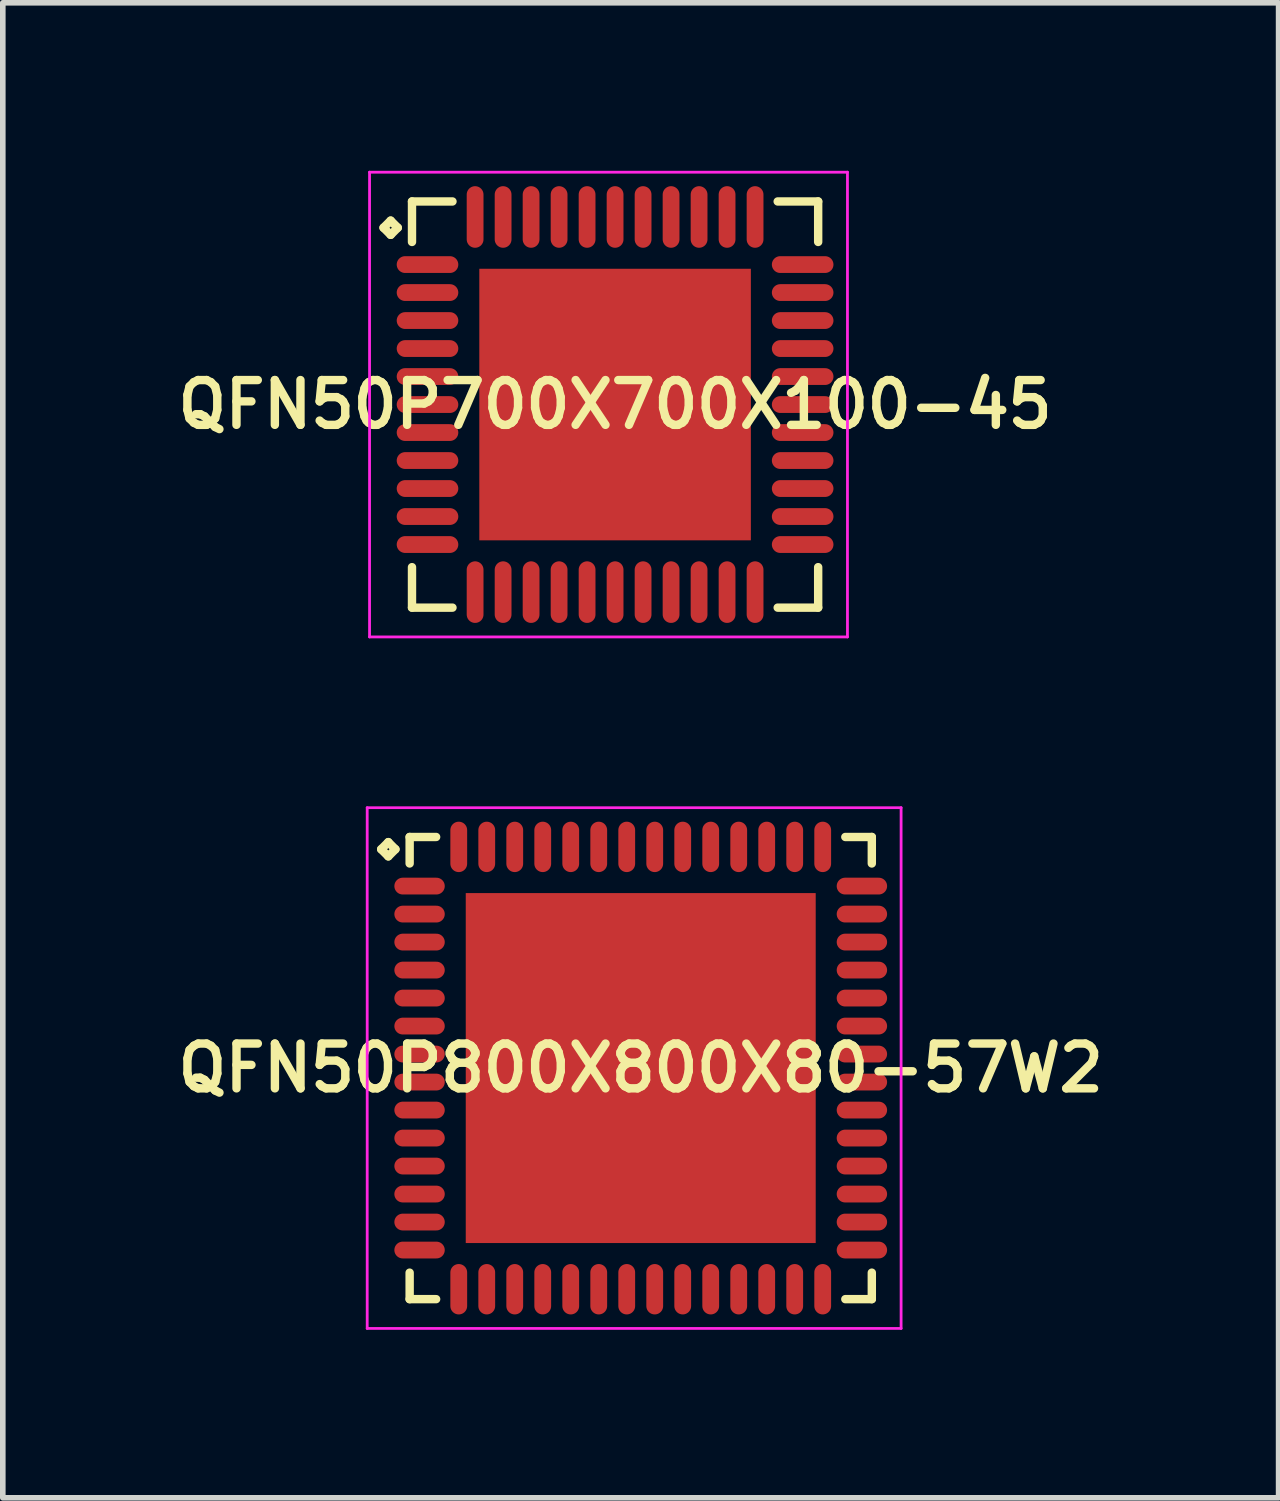
<source format=kicad_pcb>
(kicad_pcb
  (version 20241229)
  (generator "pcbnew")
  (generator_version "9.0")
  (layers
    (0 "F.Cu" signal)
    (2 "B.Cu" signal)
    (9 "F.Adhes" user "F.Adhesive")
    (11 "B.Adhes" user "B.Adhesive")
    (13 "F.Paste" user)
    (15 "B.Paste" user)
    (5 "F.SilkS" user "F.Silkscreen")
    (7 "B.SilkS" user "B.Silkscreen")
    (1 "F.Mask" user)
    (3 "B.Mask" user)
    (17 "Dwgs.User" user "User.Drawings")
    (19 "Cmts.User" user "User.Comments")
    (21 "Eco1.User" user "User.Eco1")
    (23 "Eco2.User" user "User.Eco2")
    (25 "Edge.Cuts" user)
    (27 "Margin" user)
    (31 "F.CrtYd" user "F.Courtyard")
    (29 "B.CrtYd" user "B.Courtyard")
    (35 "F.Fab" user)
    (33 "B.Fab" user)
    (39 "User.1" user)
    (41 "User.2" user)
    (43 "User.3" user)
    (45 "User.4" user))
  (footprint "QFN50P800X800X80-57W2"
    (layer "F.Cu")
    (at 8.393 16.025)
    (property "Reference" "QFN50P800X800X80-57W2" (at 0 0 0) (layer "F.SilkS") (effects (font (size 0.8 0.8) (thickness 0.15))))
    (attr smd)
    (fp_line (start -4.635 -3.908) (end -4.508 -4.035) (stroke (width 0.15) (type solid)) (layer "F.SilkS"))
    (fp_line (start -4.508 -4.035) (end -4.381 -3.908) (stroke (width 0.15) (type solid)) (layer "F.SilkS"))
    (fp_line (start -4.508 -3.781) (end -4.635 -3.908) (stroke (width 0.15) (type solid)) (layer "F.SilkS"))
    (fp_line (start -4.381 -3.908) (end -4.508 -3.781) (stroke (width 0.15) (type solid)) (layer "F.SilkS"))
    (fp_line (start -4.127 -4.127) (end -3.654 -4.127) (stroke (width 0.15) (type solid)) (layer "F.SilkS"))
    (fp_line (start -4.127 -3.654) (end -4.127 -4.127) (stroke (width 0.15) (type solid)) (layer "F.SilkS"))
    (fp_line (start -4.127 3.654) (end -4.127 4.127) (stroke (width 0.15) (type solid)) (layer "F.SilkS"))
    (fp_line (start -4.127 4.127) (end -3.654 4.127) (stroke (width 0.15) (type solid)) (layer "F.SilkS"))
    (fp_line (start 3.654 -4.127) (end 4.127 -4.127) (stroke (width 0.15) (type solid)) (layer "F.SilkS"))
    (fp_line (start 3.654 4.127) (end 4.127 4.127) (stroke (width 0.15) (type solid)) (layer "F.SilkS"))
    (fp_line (start 4.127 -4.127) (end 4.127 -3.654) (stroke (width 0.15) (type solid)) (layer "F.SilkS"))
    (fp_line (start 4.127 4.127) (end 4.127 3.654) (stroke (width 0.15) (type solid)) (layer "F.SilkS"))
    (fp_line (start -4.885 -4.65) (end 4.65 -4.65) (stroke (width 0.05) (type solid)) (layer "F.CrtYd"))
    (fp_line (start -4.885 4.65) (end -4.885 -4.65) (stroke (width 0.05) (type solid)) (layer "F.CrtYd"))
    (fp_line (start 4.65 -4.65) (end 4.65 4.65) (stroke (width 0.05) (type solid)) (layer "F.CrtYd"))
    (fp_line (start 4.65 4.65) (end -4.885 4.65) (stroke (width 0.05) (type solid)) (layer "F.CrtYd"))
    (pad "1" smd oval (at -3.95 -3.25) (size 0.9 0.3) (layers "F.Cu" "F.Mask" "F.Paste"))
    (pad "2" smd oval (at -3.95 -2.75) (size 0.9 0.3) (layers "F.Cu" "F.Mask" "F.Paste"))
    (pad "3" smd oval (at -3.95 -2.25) (size 0.9 0.3) (layers "F.Cu" "F.Mask" "F.Paste"))
    (pad "4" smd oval (at -3.95 -1.75) (size 0.9 0.3) (layers "F.Cu" "F.Mask" "F.Paste"))
    (pad "5" smd oval (at -3.95 -1.25) (size 0.9 0.3) (layers "F.Cu" "F.Mask" "F.Paste"))
    (pad "6" smd oval (at -3.95 -0.75) (size 0.9 0.3) (layers "F.Cu" "F.Mask" "F.Paste"))
    (pad "7" smd oval (at -3.95 -0.25) (size 0.9 0.3) (layers "F.Cu" "F.Mask" "F.Paste"))
    (pad "8" smd oval (at -3.95 0.25) (size 0.9 0.3) (layers "F.Cu" "F.Mask" "F.Paste"))
    (pad "9" smd oval (at -3.95 0.75) (size 0.9 0.3) (layers "F.Cu" "F.Mask" "F.Paste"))
    (pad "10" smd oval (at -3.95 1.25) (size 0.9 0.3) (layers "F.Cu" "F.Mask" "F.Paste"))
    (pad "11" smd oval (at -3.95 1.75) (size 0.9 0.3) (layers "F.Cu" "F.Mask" "F.Paste"))
    (pad "12" smd oval (at -3.95 2.25) (size 0.9 0.3) (layers "F.Cu" "F.Mask" "F.Paste"))
    (pad "13" smd oval (at -3.95 2.75) (size 0.9 0.3) (layers "F.Cu" "F.Mask" "F.Paste"))
    (pad "14" smd oval (at -3.95 3.25) (size 0.9 0.3) (layers "F.Cu" "F.Mask" "F.Paste"))
    (pad "15" smd oval (at -3.25 3.95) (size 0.3 0.9) (layers "F.Cu" "F.Mask" "F.Paste"))
    (pad "16" smd oval (at -2.75 3.95) (size 0.3 0.9) (layers "F.Cu" "F.Mask" "F.Paste"))
    (pad "17" smd oval (at -2.25 3.95) (size 0.3 0.9) (layers "F.Cu" "F.Mask" "F.Paste"))
    (pad "18" smd oval (at -1.75 3.95) (size 0.3 0.9) (layers "F.Cu" "F.Mask" "F.Paste"))
    (pad "19" smd oval (at -1.25 3.95) (size 0.3 0.9) (layers "F.Cu" "F.Mask" "F.Paste"))
    (pad "20" smd oval (at -0.75 3.95) (size 0.3 0.9) (layers "F.Cu" "F.Mask" "F.Paste"))
    (pad "21" smd oval (at -0.25 3.95) (size 0.3 0.9) (layers "F.Cu" "F.Mask" "F.Paste"))
    (pad "22" smd oval (at 0.25 3.95) (size 0.3 0.9) (layers "F.Cu" "F.Mask" "F.Paste"))
    (pad "23" smd oval (at 0.75 3.95) (size 0.3 0.9) (layers "F.Cu" "F.Mask" "F.Paste"))
    (pad "24" smd oval (at 1.25 3.95) (size 0.3 0.9) (layers "F.Cu" "F.Mask" "F.Paste"))
    (pad "25" smd oval (at 1.75 3.95) (size 0.3 0.9) (layers "F.Cu" "F.Mask" "F.Paste"))
    (pad "26" smd oval (at 2.25 3.95) (size 0.3 0.9) (layers "F.Cu" "F.Mask" "F.Paste"))
    (pad "27" smd oval (at 2.75 3.95) (size 0.3 0.9) (layers "F.Cu" "F.Mask" "F.Paste"))
    (pad "28" smd oval (at 3.25 3.95) (size 0.3 0.9) (layers "F.Cu" "F.Mask" "F.Paste"))
    (pad "29" smd oval (at 3.95 3.25) (size 0.9 0.3) (layers "F.Cu" "F.Mask" "F.Paste"))
    (pad "30" smd oval (at 3.95 2.75) (size 0.9 0.3) (layers "F.Cu" "F.Mask" "F.Paste"))
    (pad "31" smd oval (at 3.95 2.25) (size 0.9 0.3) (layers "F.Cu" "F.Mask" "F.Paste"))
    (pad "32" smd oval (at 3.95 1.75) (size 0.9 0.3) (layers "F.Cu" "F.Mask" "F.Paste"))
    (pad "33" smd oval (at 3.95 1.25) (size 0.9 0.3) (layers "F.Cu" "F.Mask" "F.Paste"))
    (pad "34" smd oval (at 3.95 0.75) (size 0.9 0.3) (layers "F.Cu" "F.Mask" "F.Paste"))
    (pad "35" smd oval (at 3.95 0.25) (size 0.9 0.3) (layers "F.Cu" "F.Mask" "F.Paste"))
    (pad "36" smd oval (at 3.95 -0.25) (size 0.9 0.3) (layers "F.Cu" "F.Mask" "F.Paste"))
    (pad "37" smd oval (at 3.95 -0.75) (size 0.9 0.3) (layers "F.Cu" "F.Mask" "F.Paste"))
    (pad "38" smd oval (at 3.95 -1.25) (size 0.9 0.3) (layers "F.Cu" "F.Mask" "F.Paste"))
    (pad "39" smd oval (at 3.95 -1.75) (size 0.9 0.3) (layers "F.Cu" "F.Mask" "F.Paste"))
    (pad "40" smd oval (at 3.95 -2.25) (size 0.9 0.3) (layers "F.Cu" "F.Mask" "F.Paste"))
    (pad "41" smd oval (at 3.95 -2.75) (size 0.9 0.3) (layers "F.Cu" "F.Mask" "F.Paste"))
    (pad "42" smd oval (at 3.95 -3.25) (size 0.9 0.3) (layers "F.Cu" "F.Mask" "F.Paste"))
    (pad "43" smd oval (at 3.25 -3.95) (size 0.3 0.9) (layers "F.Cu" "F.Mask" "F.Paste"))
    (pad "44" smd oval (at 2.75 -3.95) (size 0.3 0.9) (layers "F.Cu" "F.Mask" "F.Paste"))
    (pad "45" smd oval (at 2.25 -3.95) (size 0.3 0.9) (layers "F.Cu" "F.Mask" "F.Paste"))
    (pad "46" smd oval (at 1.75 -3.95) (size 0.3 0.9) (layers "F.Cu" "F.Mask" "F.Paste"))
    (pad "47" smd oval (at 1.25 -3.95) (size 0.3 0.9) (layers "F.Cu" "F.Mask" "F.Paste"))
    (pad "48" smd oval (at 0.75 -3.95) (size 0.3 0.9) (layers "F.Cu" "F.Mask" "F.Paste"))
    (pad "49" smd oval (at 0.25 -3.95) (size 0.3 0.9) (layers "F.Cu" "F.Mask" "F.Paste"))
    (pad "50" smd oval (at -0.25 -3.95) (size 0.3 0.9) (layers "F.Cu" "F.Mask" "F.Paste"))
    (pad "51" smd oval (at -0.75 -3.95) (size 0.3 0.9) (layers "F.Cu" "F.Mask" "F.Paste"))
    (pad "52" smd oval (at -1.25 -3.95) (size 0.3 0.9) (layers "F.Cu" "F.Mask" "F.Paste"))
    (pad "53" smd oval (at -1.75 -3.95) (size 0.3 0.9) (layers "F.Cu" "F.Mask" "F.Paste"))
    (pad "54" smd oval (at -2.25 -3.95) (size 0.3 0.9) (layers "F.Cu" "F.Mask" "F.Paste"))
    (pad "55" smd oval (at -2.75 -3.95) (size 0.3 0.9) (layers "F.Cu" "F.Mask" "F.Paste"))
    (pad "56" smd oval (at -3.25 -3.95) (size 0.3 0.9) (layers "F.Cu" "F.Mask" "F.Paste"))
    (pad "57" smd rect (at 0 0) (size 6.25 6.25) (layers "F.Cu" "F.Mask" "F.Paste")))
  (footprint "QFN50P700X700X100-45"
    (layer "F.Cu")
    (at 7.935 4.175)
    (property "Reference" "QFN50P700X700X100-45" (at 0 0 0) (layer "F.SilkS") (effects (font (size 0.8 0.8) (thickness 0.15))))
    (attr smd)
    (fp_line (start -4.135 -3.158) (end -4.008 -3.285) (stroke (width 0.15) (type solid)) (layer "F.SilkS"))
    (fp_line (start -4.008 -3.285) (end -3.881 -3.158) (stroke (width 0.15) (type solid)) (layer "F.SilkS"))
    (fp_line (start -4.008 -3.031) (end -4.135 -3.158) (stroke (width 0.15) (type solid)) (layer "F.SilkS"))
    (fp_line (start -3.881 -3.158) (end -4.008 -3.031) (stroke (width 0.15) (type solid)) (layer "F.SilkS"))
    (fp_line (start -3.627 -3.627) (end -2.904 -3.627) (stroke (width 0.15) (type solid)) (layer "F.SilkS"))
    (fp_line (start -3.627 -2.904) (end -3.627 -3.627) (stroke (width 0.15) (type solid)) (layer "F.SilkS"))
    (fp_line (start -3.627 2.904) (end -3.627 3.627) (stroke (width 0.15) (type solid)) (layer "F.SilkS"))
    (fp_line (start -3.627 3.627) (end -2.904 3.627) (stroke (width 0.15) (type solid)) (layer "F.SilkS"))
    (fp_line (start 2.904 -3.627) (end 3.627 -3.627) (stroke (width 0.15) (type solid)) (layer "F.SilkS"))
    (fp_line (start 2.904 3.627) (end 3.627 3.627) (stroke (width 0.15) (type solid)) (layer "F.SilkS"))
    (fp_line (start 3.627 -3.627) (end 3.627 -2.904) (stroke (width 0.15) (type solid)) (layer "F.SilkS"))
    (fp_line (start 3.627 3.627) (end 3.627 2.904) (stroke (width 0.15) (type solid)) (layer "F.SilkS"))
    (fp_line (start -4.385 -4.15) (end 4.15 -4.15) (stroke (width 0.05) (type solid)) (layer "F.CrtYd"))
    (fp_line (start -4.385 4.15) (end -4.385 -4.15) (stroke (width 0.05) (type solid)) (layer "F.CrtYd"))
    (fp_line (start 4.15 -4.15) (end 4.15 4.15) (stroke (width 0.05) (type solid)) (layer "F.CrtYd"))
    (fp_line (start 4.15 4.15) (end -4.385 4.15) (stroke (width 0.05) (type solid)) (layer "F.CrtYd"))
    (pad "1" smd oval (at -3.35 -2.5) (size 1.1 0.3) (layers "F.Cu" "F.Mask" "F.Paste"))
    (pad "2" smd oval (at -3.35 -2) (size 1.1 0.3) (layers "F.Cu" "F.Mask" "F.Paste"))
    (pad "3" smd oval (at -3.35 -1.5) (size 1.1 0.3) (layers "F.Cu" "F.Mask" "F.Paste"))
    (pad "4" smd oval (at -3.35 -1) (size 1.1 0.3) (layers "F.Cu" "F.Mask" "F.Paste"))
    (pad "5" smd oval (at -3.35 -0.5) (size 1.1 0.3) (layers "F.Cu" "F.Mask" "F.Paste"))
    (pad "6" smd oval (at -3.35 0) (size 1.1 0.3) (layers "F.Cu" "F.Mask" "F.Paste"))
    (pad "7" smd oval (at -3.35 0.5) (size 1.1 0.3) (layers "F.Cu" "F.Mask" "F.Paste"))
    (pad "8" smd oval (at -3.35 1) (size 1.1 0.3) (layers "F.Cu" "F.Mask" "F.Paste"))
    (pad "9" smd oval (at -3.35 1.5) (size 1.1 0.3) (layers "F.Cu" "F.Mask" "F.Paste"))
    (pad "10" smd oval (at -3.35 2) (size 1.1 0.3) (layers "F.Cu" "F.Mask" "F.Paste"))
    (pad "11" smd oval (at -3.35 2.5) (size 1.1 0.3) (layers "F.Cu" "F.Mask" "F.Paste"))
    (pad "12" smd oval (at -2.5 3.35) (size 0.3 1.1) (layers "F.Cu" "F.Mask" "F.Paste"))
    (pad "13" smd oval (at -2 3.35) (size 0.3 1.1) (layers "F.Cu" "F.Mask" "F.Paste"))
    (pad "14" smd oval (at -1.5 3.35) (size 0.3 1.1) (layers "F.Cu" "F.Mask" "F.Paste"))
    (pad "15" smd oval (at -1 3.35) (size 0.3 1.1) (layers "F.Cu" "F.Mask" "F.Paste"))
    (pad "16" smd oval (at -0.5 3.35) (size 0.3 1.1) (layers "F.Cu" "F.Mask" "F.Paste"))
    (pad "17" smd oval (at 0 3.35) (size 0.3 1.1) (layers "F.Cu" "F.Mask" "F.Paste"))
    (pad "18" smd oval (at 0.5 3.35) (size 0.3 1.1) (layers "F.Cu" "F.Mask" "F.Paste"))
    (pad "19" smd oval (at 1 3.35) (size 0.3 1.1) (layers "F.Cu" "F.Mask" "F.Paste"))
    (pad "20" smd oval (at 1.5 3.35) (size 0.3 1.1) (layers "F.Cu" "F.Mask" "F.Paste"))
    (pad "21" smd oval (at 2 3.35) (size 0.3 1.1) (layers "F.Cu" "F.Mask" "F.Paste"))
    (pad "22" smd oval (at 2.5 3.35) (size 0.3 1.1) (layers "F.Cu" "F.Mask" "F.Paste"))
    (pad "23" smd oval (at 3.35 2.5) (size 1.1 0.3) (layers "F.Cu" "F.Mask" "F.Paste"))
    (pad "24" smd oval (at 3.35 2) (size 1.1 0.3) (layers "F.Cu" "F.Mask" "F.Paste"))
    (pad "25" smd oval (at 3.35 1.5) (size 1.1 0.3) (layers "F.Cu" "F.Mask" "F.Paste"))
    (pad "26" smd oval (at 3.35 1) (size 1.1 0.3) (layers "F.Cu" "F.Mask" "F.Paste"))
    (pad "27" smd oval (at 3.35 0.5) (size 1.1 0.3) (layers "F.Cu" "F.Mask" "F.Paste"))
    (pad "28" smd oval (at 3.35 0) (size 1.1 0.3) (layers "F.Cu" "F.Mask" "F.Paste"))
    (pad "29" smd oval (at 3.35 -0.5) (size 1.1 0.3) (layers "F.Cu" "F.Mask" "F.Paste"))
    (pad "30" smd oval (at 3.35 -1) (size 1.1 0.3) (layers "F.Cu" "F.Mask" "F.Paste"))
    (pad "31" smd oval (at 3.35 -1.5) (size 1.1 0.3) (layers "F.Cu" "F.Mask" "F.Paste"))
    (pad "32" smd oval (at 3.35 -2) (size 1.1 0.3) (layers "F.Cu" "F.Mask" "F.Paste"))
    (pad "33" smd oval (at 3.35 -2.5) (size 1.1 0.3) (layers "F.Cu" "F.Mask" "F.Paste"))
    (pad "34" smd oval (at 2.5 -3.35) (size 0.3 1.1) (layers "F.Cu" "F.Mask" "F.Paste"))
    (pad "35" smd oval (at 2 -3.35) (size 0.3 1.1) (layers "F.Cu" "F.Mask" "F.Paste"))
    (pad "36" smd oval (at 1.5 -3.35) (size 0.3 1.1) (layers "F.Cu" "F.Mask" "F.Paste"))
    (pad "37" smd oval (at 1 -3.35) (size 0.3 1.1) (layers "F.Cu" "F.Mask" "F.Paste"))
    (pad "38" smd oval (at 0.5 -3.35) (size 0.3 1.1) (layers "F.Cu" "F.Mask" "F.Paste"))
    (pad "39" smd oval (at 0 -3.35) (size 0.3 1.1) (layers "F.Cu" "F.Mask" "F.Paste"))
    (pad "40" smd oval (at -0.5 -3.35) (size 0.3 1.1) (layers "F.Cu" "F.Mask" "F.Paste"))
    (pad "41" smd oval (at -1 -3.35) (size 0.3 1.1) (layers "F.Cu" "F.Mask" "F.Paste"))
    (pad "42" smd oval (at -1.5 -3.35) (size 0.3 1.1) (layers "F.Cu" "F.Mask" "F.Paste"))
    (pad "43" smd oval (at -2 -3.35) (size 0.3 1.1) (layers "F.Cu" "F.Mask" "F.Paste"))
    (pad "44" smd oval (at -2.5 -3.35) (size 0.3 1.1) (layers "F.Cu" "F.Mask" "F.Paste"))
    (pad "45" smd rect (at 0 0) (size 4.85 4.85) (layers "F.Cu" "F.Mask" "F.Paste")))
  (gr_rect
    (start -3 -3)
    (end 19.785 23.7)
    (stroke (width 0.1) (type default))
    (fill no)
    (layer "Edge.Cuts")))
</source>
